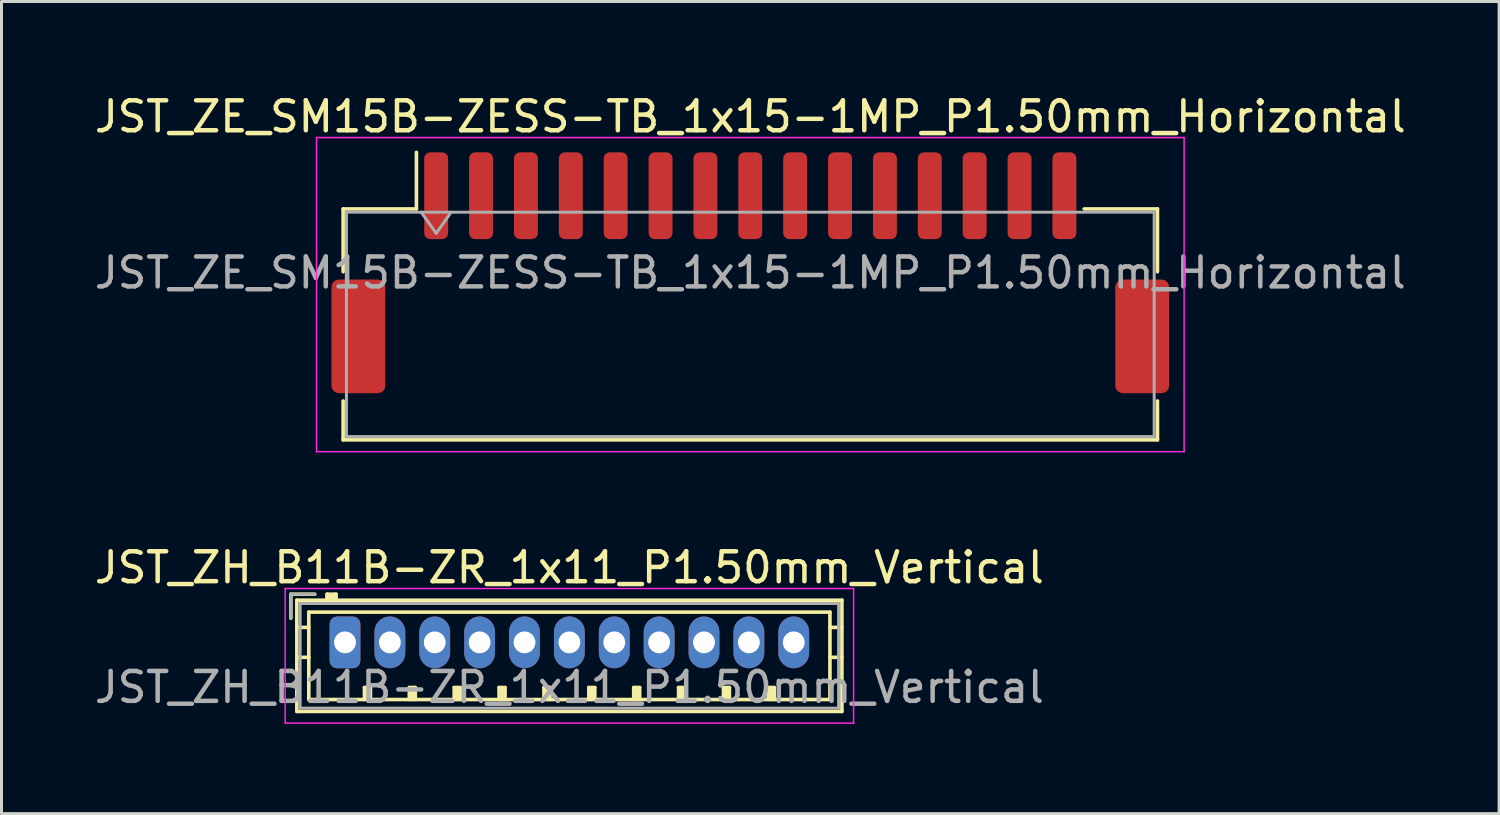
<source format=kicad_pcb>
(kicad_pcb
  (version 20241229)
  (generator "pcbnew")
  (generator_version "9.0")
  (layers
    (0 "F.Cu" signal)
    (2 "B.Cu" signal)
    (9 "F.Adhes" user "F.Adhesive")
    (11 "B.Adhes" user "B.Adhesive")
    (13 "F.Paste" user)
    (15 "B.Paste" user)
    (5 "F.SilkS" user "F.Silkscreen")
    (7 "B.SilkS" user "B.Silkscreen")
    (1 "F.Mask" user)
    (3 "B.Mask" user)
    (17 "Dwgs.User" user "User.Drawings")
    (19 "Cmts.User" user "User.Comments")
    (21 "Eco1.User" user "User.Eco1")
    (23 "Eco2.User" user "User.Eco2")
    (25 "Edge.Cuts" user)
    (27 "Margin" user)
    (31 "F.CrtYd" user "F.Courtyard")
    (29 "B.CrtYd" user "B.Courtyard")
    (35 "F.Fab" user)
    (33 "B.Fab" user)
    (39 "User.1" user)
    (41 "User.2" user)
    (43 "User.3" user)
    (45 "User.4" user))
  (footprint "JST_ZE_SM15B-ZESS-TB_1x15-1MP_P1.50mm_Horizontal"
    (layer "F.Cu")
    (at 22.03 6.068)
    (property "Reference" "JST_ZE_SM15B-ZESS-TB_1x15-1MP_P1.50mm_Horizontal" (at 0 -5.22 0) (layer "F.SilkS") (effects (font (size 1 1) (thickness 0.15))))
    (attr smd)
    (fp_line (start -13.61 -2.135) (end -11.16 -2.135) (stroke (width 0.12) (type solid)) (layer "F.SilkS"))
    (fp_line (start -13.61 -0.035) (end -13.61 -2.135) (stroke (width 0.12) (type solid)) (layer "F.SilkS"))
    (fp_line (start -13.61 4.285) (end -13.61 5.585) (stroke (width 0.12) (type solid)) (layer "F.SilkS"))
    (fp_line (start -13.61 5.585) (end 13.61 5.585) (stroke (width 0.12) (type solid)) (layer "F.SilkS"))
    (fp_line (start -11.16 -2.135) (end -11.16 -4.025) (stroke (width 0.12) (type solid)) (layer "F.SilkS"))
    (fp_line (start 13.61 -2.135) (end 11.16 -2.135) (stroke (width 0.12) (type solid)) (layer "F.SilkS"))
    (fp_line (start 13.61 -0.035) (end 13.61 -2.135) (stroke (width 0.12) (type solid)) (layer "F.SilkS"))
    (fp_line (start 13.61 5.585) (end 13.61 4.285) (stroke (width 0.12) (type solid)) (layer "F.SilkS"))
    (fp_line (start -14.5 -4.52) (end -14.5 5.98) (stroke (width 0.05) (type solid)) (layer "F.CrtYd"))
    (fp_line (start -14.5 5.98) (end 14.5 5.98) (stroke (width 0.05) (type solid)) (layer "F.CrtYd"))
    (fp_line (start 14.5 -4.52) (end -14.5 -4.52) (stroke (width 0.05) (type solid)) (layer "F.CrtYd"))
    (fp_line (start 14.5 5.98) (end 14.5 -4.52) (stroke (width 0.05) (type solid)) (layer "F.CrtYd"))
    (fp_line (start -13.5 -2.025) (end -13.5 5.475) (stroke (width 0.1) (type solid)) (layer "F.Fab"))
    (fp_line (start -13.5 -2.025) (end 13.5 -2.025) (stroke (width 0.1) (type solid)) (layer "F.Fab"))
    (fp_line (start -13.5 5.475) (end 13.5 5.475) (stroke (width 0.1) (type solid)) (layer "F.Fab"))
    (fp_line (start -11 -2.025) (end -10.5 -1.318) (stroke (width 0.1) (type solid)) (layer "F.Fab"))
    (fp_line (start -10.5 -1.318) (end -10 -2.025) (stroke (width 0.1) (type solid)) (layer "F.Fab"))
    (fp_line (start 13.5 -2.025) (end 13.5 5.475) (stroke (width 0.1) (type solid)) (layer "F.Fab"))
    (fp_text user "${REFERENCE}" (at 0 0 0) (layer "F.Fab") (effects (font (size 1 1) (thickness 0.15))))
    (pad "1" smd roundrect (at -10.5 -2.575) (size 0.8 2.9) (layers "F.Cu" "F.Mask" "F.Paste") (roundrect_rratio 0.25))
    (pad "2" smd roundrect (at -9 -2.575) (size 0.8 2.9) (layers "F.Cu" "F.Mask" "F.Paste") (roundrect_rratio 0.25))
    (pad "3" smd roundrect (at -7.5 -2.575) (size 0.8 2.9) (layers "F.Cu" "F.Mask" "F.Paste") (roundrect_rratio 0.25))
    (pad "4" smd roundrect (at -6 -2.575) (size 0.8 2.9) (layers "F.Cu" "F.Mask" "F.Paste") (roundrect_rratio 0.25))
    (pad "5" smd roundrect (at -4.5 -2.575) (size 0.8 2.9) (layers "F.Cu" "F.Mask" "F.Paste") (roundrect_rratio 0.25))
    (pad "6" smd roundrect (at -3 -2.575) (size 0.8 2.9) (layers "F.Cu" "F.Mask" "F.Paste") (roundrect_rratio 0.25))
    (pad "7" smd roundrect (at -1.5 -2.575) (size 0.8 2.9) (layers "F.Cu" "F.Mask" "F.Paste") (roundrect_rratio 0.25))
    (pad "8" smd roundrect (at 0 -2.575) (size 0.8 2.9) (layers "F.Cu" "F.Mask" "F.Paste") (roundrect_rratio 0.25))
    (pad "9" smd roundrect (at 1.5 -2.575) (size 0.8 2.9) (layers "F.Cu" "F.Mask" "F.Paste") (roundrect_rratio 0.25))
    (pad "10" smd roundrect (at 3 -2.575) (size 0.8 2.9) (layers "F.Cu" "F.Mask" "F.Paste") (roundrect_rratio 0.25))
    (pad "11" smd roundrect (at 4.5 -2.575) (size 0.8 2.9) (layers "F.Cu" "F.Mask" "F.Paste") (roundrect_rratio 0.25))
    (pad "12" smd roundrect (at 6 -2.575) (size 0.8 2.9) (layers "F.Cu" "F.Mask" "F.Paste") (roundrect_rratio 0.25))
    (pad "13" smd roundrect (at 7.5 -2.575) (size 0.8 2.9) (layers "F.Cu" "F.Mask" "F.Paste") (roundrect_rratio 0.25))
    (pad "14" smd roundrect (at 9 -2.575) (size 0.8 2.9) (layers "F.Cu" "F.Mask" "F.Paste") (roundrect_rratio 0.25))
    (pad "15" smd roundrect (at 10.5 -2.575) (size 0.8 2.9) (layers "F.Cu" "F.Mask" "F.Paste") (roundrect_rratio 0.25))
    (pad "MP" smd roundrect (at -13.1 2.125) (size 1.8 3.8) (layers "F.Cu" "F.Mask" "F.Paste") (roundrect_rratio 0.139))
    (pad "MP" smd roundrect (at 13.1 2.125) (size 1.8 3.8) (layers "F.Cu" "F.Mask" "F.Paste") (roundrect_rratio 0.139)))
  (footprint "JST_ZH_B11B-ZR_1x11_P1.50mm_Vertical"
    (layer "F.Cu")
    (at 8.482 18.422)
    (property "Reference" "JST_ZH_B11B-ZR_1x11_P1.50mm_Vertical" (at 7.5 -2.5 0) (layer "F.SilkS") (effects (font (size 1 1) (thickness 0.15))))
    (attr through_hole)
    (fp_line (start -1.81 -1.61) (end -1.81 -0.81) (stroke (width 0.12) (type solid)) (layer "F.SilkS"))
    (fp_line (start -1.61 -1.41) (end -1.61 2.31) (stroke (width 0.12) (type solid)) (layer "F.SilkS"))
    (fp_line (start -1.61 -0.5) (end -1.21 -0.5) (stroke (width 0.12) (type solid)) (layer "F.SilkS"))
    (fp_line (start -1.61 0.5) (end -1.21 0.5) (stroke (width 0.12) (type solid)) (layer "F.SilkS"))
    (fp_line (start -1.61 2.31) (end 16.61 2.31) (stroke (width 0.12) (type solid)) (layer "F.SilkS"))
    (fp_line (start -1.21 -1.01) (end -1.21 1.91) (stroke (width 0.12) (type solid)) (layer "F.SilkS"))
    (fp_line (start -1.21 1.91) (end 16.21 1.91) (stroke (width 0.12) (type solid)) (layer "F.SilkS"))
    (fp_line (start -1.01 -1.61) (end -1.81 -1.61) (stroke (width 0.12) (type solid)) (layer "F.SilkS"))
    (fp_line (start -0.6 -1.61) (end -0.6 -1.41) (stroke (width 0.12) (type solid)) (layer "F.SilkS"))
    (fp_line (start -0.3 -1.61) (end -0.6 -1.61) (stroke (width 0.12) (type solid)) (layer "F.SilkS"))
    (fp_line (start -0.3 -1.51) (end -0.6 -1.51) (stroke (width 0.12) (type solid)) (layer "F.SilkS"))
    (fp_line (start -0.3 -1.41) (end -0.3 -1.61) (stroke (width 0.12) (type solid)) (layer "F.SilkS"))
    (fp_line (start 0.65 1.51) (end 0.85 1.51) (stroke (width 0.12) (type solid)) (layer "F.SilkS"))
    (fp_line (start 0.65 1.91) (end 0.65 1.51) (stroke (width 0.12) (type solid)) (layer "F.SilkS"))
    (fp_line (start 0.75 1.91) (end 0.75 1.51) (stroke (width 0.12) (type solid)) (layer "F.SilkS"))
    (fp_line (start 0.85 1.51) (end 0.85 1.91) (stroke (width 0.12) (type solid)) (layer "F.SilkS"))
    (fp_line (start 2.15 1.51) (end 2.35 1.51) (stroke (width 0.12) (type solid)) (layer "F.SilkS"))
    (fp_line (start 2.15 1.91) (end 2.15 1.51) (stroke (width 0.12) (type solid)) (layer "F.SilkS"))
    (fp_line (start 2.25 1.91) (end 2.25 1.51) (stroke (width 0.12) (type solid)) (layer "F.SilkS"))
    (fp_line (start 2.35 1.51) (end 2.35 1.91) (stroke (width 0.12) (type solid)) (layer "F.SilkS"))
    (fp_line (start 3.65 1.51) (end 3.85 1.51) (stroke (width 0.12) (type solid)) (layer "F.SilkS"))
    (fp_line (start 3.65 1.91) (end 3.65 1.51) (stroke (width 0.12) (type solid)) (layer "F.SilkS"))
    (fp_line (start 3.75 1.91) (end 3.75 1.51) (stroke (width 0.12) (type solid)) (layer "F.SilkS"))
    (fp_line (start 3.85 1.51) (end 3.85 1.91) (stroke (width 0.12) (type solid)) (layer "F.SilkS"))
    (fp_line (start 5.15 1.51) (end 5.35 1.51) (stroke (width 0.12) (type solid)) (layer "F.SilkS"))
    (fp_line (start 5.15 1.91) (end 5.15 1.51) (stroke (width 0.12) (type solid)) (layer "F.SilkS"))
    (fp_line (start 5.25 1.91) (end 5.25 1.51) (stroke (width 0.12) (type solid)) (layer "F.SilkS"))
    (fp_line (start 5.35 1.51) (end 5.35 1.91) (stroke (width 0.12) (type solid)) (layer "F.SilkS"))
    (fp_line (start 6.65 1.51) (end 6.85 1.51) (stroke (width 0.12) (type solid)) (layer "F.SilkS"))
    (fp_line (start 6.65 1.91) (end 6.65 1.51) (stroke (width 0.12) (type solid)) (layer "F.SilkS"))
    (fp_line (start 6.75 1.91) (end 6.75 1.51) (stroke (width 0.12) (type solid)) (layer "F.SilkS"))
    (fp_line (start 6.85 1.51) (end 6.85 1.91) (stroke (width 0.12) (type solid)) (layer "F.SilkS"))
    (fp_line (start 8.15 1.51) (end 8.35 1.51) (stroke (width 0.12) (type solid)) (layer "F.SilkS"))
    (fp_line (start 8.15 1.91) (end 8.15 1.51) (stroke (width 0.12) (type solid)) (layer "F.SilkS"))
    (fp_line (start 8.25 1.91) (end 8.25 1.51) (stroke (width 0.12) (type solid)) (layer "F.SilkS"))
    (fp_line (start 8.35 1.51) (end 8.35 1.91) (stroke (width 0.12) (type solid)) (layer "F.SilkS"))
    (fp_line (start 9.65 1.51) (end 9.85 1.51) (stroke (width 0.12) (type solid)) (layer "F.SilkS"))
    (fp_line (start 9.65 1.91) (end 9.65 1.51) (stroke (width 0.12) (type solid)) (layer "F.SilkS"))
    (fp_line (start 9.75 1.91) (end 9.75 1.51) (stroke (width 0.12) (type solid)) (layer "F.SilkS"))
    (fp_line (start 9.85 1.51) (end 9.85 1.91) (stroke (width 0.12) (type solid)) (layer "F.SilkS"))
    (fp_line (start 11.15 1.51) (end 11.35 1.51) (stroke (width 0.12) (type solid)) (layer "F.SilkS"))
    (fp_line (start 11.15 1.91) (end 11.15 1.51) (stroke (width 0.12) (type solid)) (layer "F.SilkS"))
    (fp_line (start 11.25 1.91) (end 11.25 1.51) (stroke (width 0.12) (type solid)) (layer "F.SilkS"))
    (fp_line (start 11.35 1.51) (end 11.35 1.91) (stroke (width 0.12) (type solid)) (layer "F.SilkS"))
    (fp_line (start 12.65 1.51) (end 12.85 1.51) (stroke (width 0.12) (type solid)) (layer "F.SilkS"))
    (fp_line (start 12.65 1.91) (end 12.65 1.51) (stroke (width 0.12) (type solid)) (layer "F.SilkS"))
    (fp_line (start 12.75 1.91) (end 12.75 1.51) (stroke (width 0.12) (type solid)) (layer "F.SilkS"))
    (fp_line (start 12.85 1.51) (end 12.85 1.91) (stroke (width 0.12) (type solid)) (layer "F.SilkS"))
    (fp_line (start 14.15 1.51) (end 14.35 1.51) (stroke (width 0.12) (type solid)) (layer "F.SilkS"))
    (fp_line (start 14.15 1.91) (end 14.15 1.51) (stroke (width 0.12) (type solid)) (layer "F.SilkS"))
    (fp_line (start 14.25 1.91) (end 14.25 1.51) (stroke (width 0.12) (type solid)) (layer "F.SilkS"))
    (fp_line (start 14.35 1.51) (end 14.35 1.91) (stroke (width 0.12) (type solid)) (layer "F.SilkS"))
    (fp_line (start 16.21 -1.01) (end -1.21 -1.01) (stroke (width 0.12) (type solid)) (layer "F.SilkS"))
    (fp_line (start 16.21 1.91) (end 16.21 -1.01) (stroke (width 0.12) (type solid)) (layer "F.SilkS"))
    (fp_line (start 16.61 -1.41) (end -1.61 -1.41) (stroke (width 0.12) (type solid)) (layer "F.SilkS"))
    (fp_line (start 16.61 -0.5) (end 16.21 -0.5) (stroke (width 0.12) (type solid)) (layer "F.SilkS"))
    (fp_line (start 16.61 0.5) (end 16.21 0.5) (stroke (width 0.12) (type solid)) (layer "F.SilkS"))
    (fp_line (start 16.61 2.31) (end 16.61 -1.41) (stroke (width 0.12) (type solid)) (layer "F.SilkS"))
    (fp_line (start -2 -1.8) (end -2 2.7) (stroke (width 0.05) (type solid)) (layer "F.CrtYd"))
    (fp_line (start -2 2.7) (end 17 2.7) (stroke (width 0.05) (type solid)) (layer "F.CrtYd"))
    (fp_line (start 17 -1.8) (end -2 -1.8) (stroke (width 0.05) (type solid)) (layer "F.CrtYd"))
    (fp_line (start 17 2.7) (end 17 -1.8) (stroke (width 0.05) (type solid)) (layer "F.CrtYd"))
    (fp_line (start -1.81 -1.61) (end -1.81 -0.81) (stroke (width 0.1) (type solid)) (layer "F.Fab"))
    (fp_line (start -1.5 -1.3) (end -1.5 2.2) (stroke (width 0.1) (type solid)) (layer "F.Fab"))
    (fp_line (start -1.5 2.2) (end 16.5 2.2) (stroke (width 0.1) (type solid)) (layer "F.Fab"))
    (fp_line (start -1.01 -1.61) (end -1.81 -1.61) (stroke (width 0.1) (type solid)) (layer "F.Fab"))
    (fp_line (start 16.5 -1.3) (end -1.5 -1.3) (stroke (width 0.1) (type solid)) (layer "F.Fab"))
    (fp_line (start 16.5 2.2) (end 16.5 -1.3) (stroke (width 0.1) (type solid)) (layer "F.Fab"))
    (fp_text user "${REFERENCE}" (at 7.5 1.5 0) (layer "F.Fab") (effects (font (size 1 1) (thickness 0.15))))
    (pad "1" thru_hole roundrect (at 0 0) (size 1.03 1.73) (drill 0.73) (layers "*.Cu" "*.Mask") (roundrect_rratio 0.243))
    (pad "2" thru_hole oval (at 1.5 0) (size 1.03 1.73) (drill 0.73) (layers "*.Cu" "*.Mask"))
    (pad "3" thru_hole oval (at 3 0) (size 1.03 1.73) (drill 0.73) (layers "*.Cu" "*.Mask"))
    (pad "4" thru_hole oval (at 4.5 0) (size 1.03 1.73) (drill 0.73) (layers "*.Cu" "*.Mask"))
    (pad "5" thru_hole oval (at 6 0) (size 1.03 1.73) (drill 0.73) (layers "*.Cu" "*.Mask"))
    (pad "6" thru_hole oval (at 7.5 0) (size 1.03 1.73) (drill 0.73) (layers "*.Cu" "*.Mask"))
    (pad "7" thru_hole oval (at 9 0) (size 1.03 1.73) (drill 0.73) (layers "*.Cu" "*.Mask"))
    (pad "8" thru_hole oval (at 10.5 0) (size 1.03 1.73) (drill 0.73) (layers "*.Cu" "*.Mask"))
    (pad "9" thru_hole oval (at 12 0) (size 1.03 1.73) (drill 0.73) (layers "*.Cu" "*.Mask"))
    (pad "10" thru_hole oval (at 13.5 0) (size 1.03 1.73) (drill 0.73) (layers "*.Cu" "*.Mask"))
    (pad "11" thru_hole oval (at 15 0) (size 1.03 1.73) (drill 0.73) (layers "*.Cu" "*.Mask")))
  (gr_rect
    (start -3 -3)
    (end 47.06 24.146)
    (stroke (width 0.1) (type default))
    (fill no)
    (layer "Edge.Cuts")))
</source>
